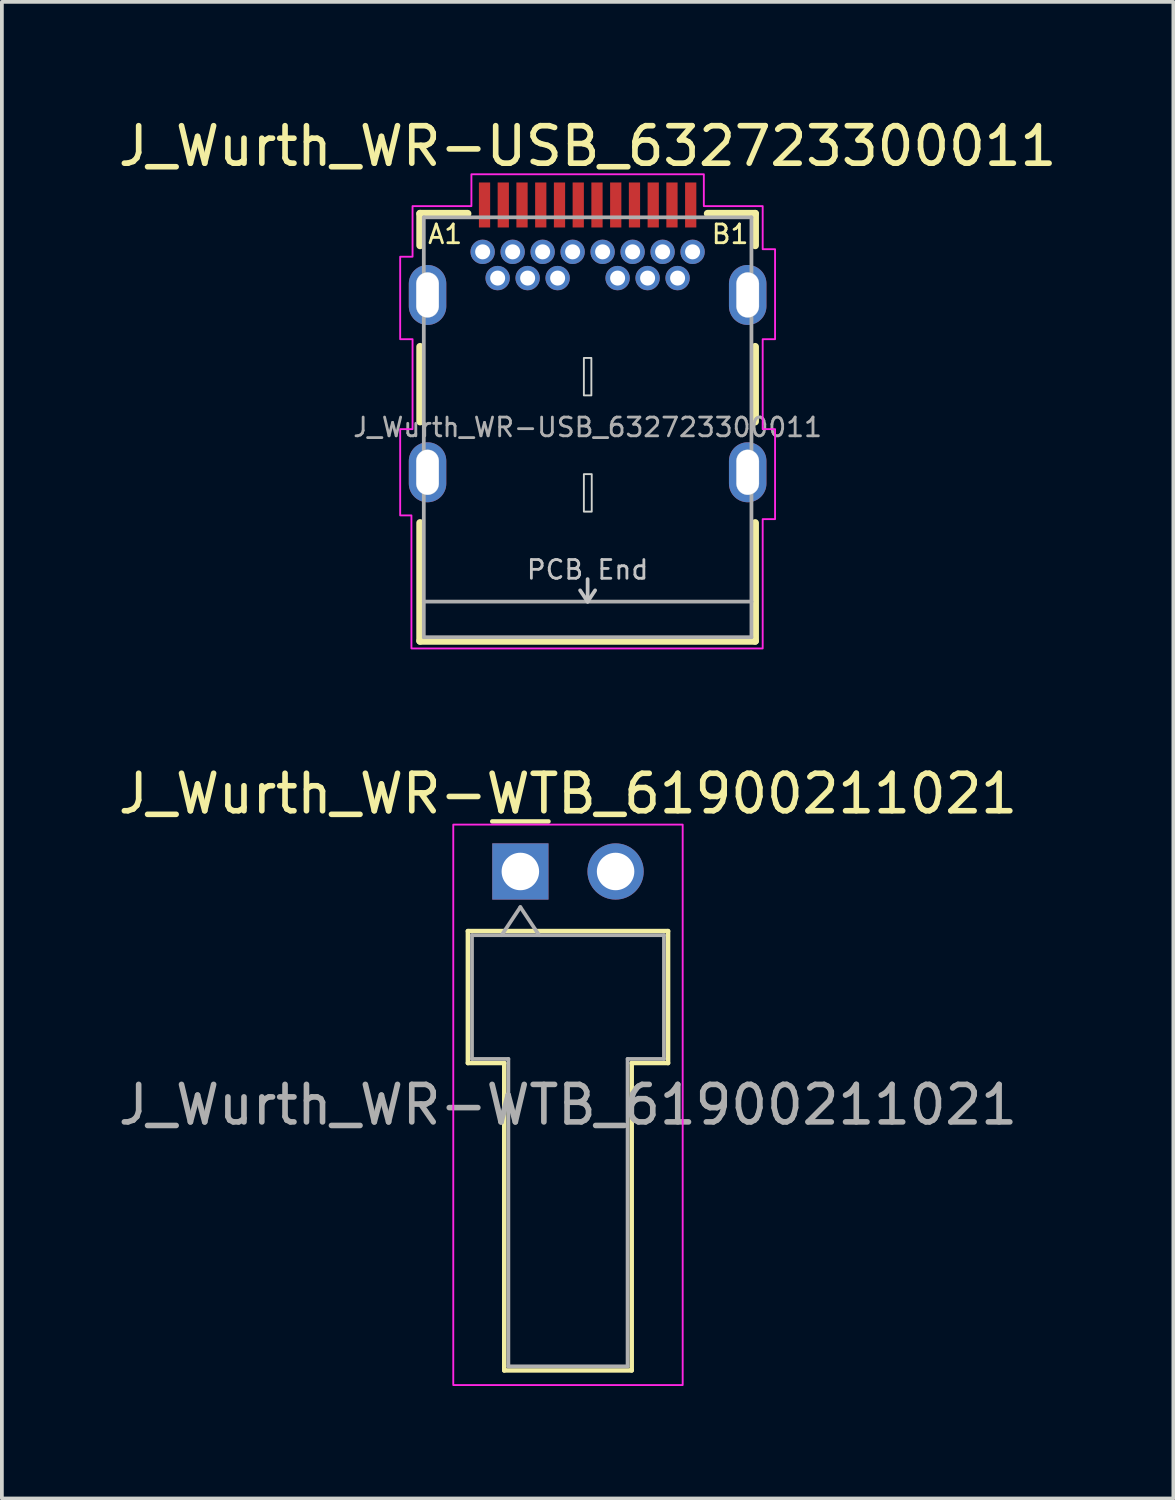
<source format=kicad_pcb>
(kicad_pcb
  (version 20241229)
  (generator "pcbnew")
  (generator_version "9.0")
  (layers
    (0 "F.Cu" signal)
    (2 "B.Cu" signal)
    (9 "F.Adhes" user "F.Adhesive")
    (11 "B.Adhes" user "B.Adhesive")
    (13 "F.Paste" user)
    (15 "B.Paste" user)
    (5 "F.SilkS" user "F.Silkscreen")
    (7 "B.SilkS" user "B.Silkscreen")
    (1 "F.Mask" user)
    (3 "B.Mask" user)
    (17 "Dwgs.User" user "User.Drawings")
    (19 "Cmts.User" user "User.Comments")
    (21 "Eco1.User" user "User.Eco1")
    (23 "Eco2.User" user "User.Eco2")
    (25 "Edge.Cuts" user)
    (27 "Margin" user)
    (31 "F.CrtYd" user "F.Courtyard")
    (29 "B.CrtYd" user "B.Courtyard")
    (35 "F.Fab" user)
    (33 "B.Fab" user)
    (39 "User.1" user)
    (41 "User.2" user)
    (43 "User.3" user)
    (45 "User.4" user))
  (footprint "J_Wurth_WR-USB_632723300011"
    (layer "F.Cu")
    (at 12.625 8.348)
    (property "Reference" "J_Wurth_WR-USB_632723300011" (at 0 -7.5 0) (layer "F.SilkS") (effects (font (size 1 1) (thickness 0.15))))
    (attr through_hole)
    (fp_line (start -4.47 -5.7) (end -4.47 -4.85) (stroke (width 0.2) (type solid)) (layer "F.SilkS"))
    (fp_line (start -4.47 -2.15) (end -4.47 -0.15) (stroke (width 0.2) (type solid)) (layer "F.SilkS"))
    (fp_line (start -4.47 2.55) (end -4.47 5.7) (stroke (width 0.2) (type solid)) (layer "F.SilkS"))
    (fp_line (start -4.47 5.7) (end 4.47 5.7) (stroke (width 0.2) (type solid)) (layer "F.SilkS"))
    (fp_line (start -3.2 -5.7) (end -4.47 -5.7) (stroke (width 0.2) (type solid)) (layer "F.SilkS"))
    (fp_line (start 3.2 -5.7) (end 4.47 -5.7) (stroke (width 0.2) (type solid)) (layer "F.SilkS"))
    (fp_line (start 4.47 -5.7) (end 4.47 -4.85) (stroke (width 0.2) (type solid)) (layer "F.SilkS"))
    (fp_line (start 4.47 -0.15) (end 4.47 -2.15) (stroke (width 0.2) (type solid)) (layer "F.SilkS"))
    (fp_line (start 4.47 5.7) (end 4.47 2.55) (stroke (width 0.2) (type solid)) (layer "F.SilkS"))
    (fp_line (start 0 4.05) (end 0 4.65) (stroke (width 0.1) (type solid)) (layer "Dwgs.User"))
    (fp_line (start 0 4.65) (end -0.2 4.35) (stroke (width 0.1) (type solid)) (layer "Dwgs.User"))
    (fp_line (start 0 4.65) (end 0.2 4.35) (stroke (width 0.1) (type solid)) (layer "Dwgs.User"))
    (fp_line (start -4.57 -3.23) (end -4.57 -3.83) (stroke (width 0.01) (type solid)) (layer "Edge.Cuts"))
    (fp_line (start -4.57 0.9) (end -4.57 1.5) (stroke (width 0.01) (type solid)) (layer "Edge.Cuts"))
    (fp_line (start -3.97 -3.83) (end -3.97 -3.23) (stroke (width 0.01) (type solid)) (layer "Edge.Cuts"))
    (fp_line (start -3.97 1.5) (end -3.97 0.9) (stroke (width 0.01) (type solid)) (layer "Edge.Cuts"))
    (fp_line (start 3.97 -3.83) (end 3.97 -3.23) (stroke (width 0.01) (type solid)) (layer "Edge.Cuts"))
    (fp_line (start 3.97 0.9) (end 3.97 1.5) (stroke (width 0.01) (type solid)) (layer "Edge.Cuts"))
    (fp_line (start 4.57 -3.23) (end 4.57 -3.83) (stroke (width 0.01) (type solid)) (layer "Edge.Cuts"))
    (fp_line (start 4.57 1.5) (end 4.57 0.9) (stroke (width 0.01) (type solid)) (layer "Edge.Cuts"))
    (fp_rect (start -0.1 -1.85) (end 0.1 -0.85) (stroke (width 0.05) (type default)) (fill no) (layer "Edge.Cuts"))
    (fp_rect (start -0.1 1.25) (end 0.11 2.25) (stroke (width 0.05) (type solid)) (fill no) (layer "Edge.Cuts"))
    (fp_arc (start -4.57 -3.83) (mid -4.27 -4.13) (end -3.97 -3.83) (stroke (width 0.01) (type solid)) (layer "Edge.Cuts"))
    (fp_arc (start -4.57 0.9) (mid -4.27 0.6) (end -3.97 0.9) (stroke (width 0.01) (type solid)) (layer "Edge.Cuts"))
    (fp_arc (start -3.97 -3.23) (mid -4.27 -2.93) (end -4.57 -3.23) (stroke (width 0.01) (type solid)) (layer "Edge.Cuts"))
    (fp_arc (start -3.97 1.5) (mid -4.27 1.8) (end -4.57 1.5) (stroke (width 0.01) (type solid)) (layer "Edge.Cuts"))
    (fp_arc (start 3.97 -3.83) (mid 4.27 -4.13) (end 4.57 -3.83) (stroke (width 0.01) (type solid)) (layer "Edge.Cuts"))
    (fp_arc (start 3.97 0.9) (mid 4.27 0.6) (end 4.57 0.9) (stroke (width 0.01) (type solid)) (layer "Edge.Cuts"))
    (fp_arc (start 4.57 -3.23) (mid 4.27 -2.93) (end 3.97 -3.23) (stroke (width 0.01) (type solid)) (layer "Edge.Cuts"))
    (fp_arc (start 4.57 1.5) (mid 4.27 1.8) (end 3.97 1.5) (stroke (width 0.01) (type solid)) (layer "Edge.Cuts"))
    (fp_poly (pts (xy -3.1 -6.75) (xy 3.1 -6.75) (xy 3.1 -5.9) (xy 4.67 -5.9) (xy 4.67 -4.75) (xy 5 -4.75) (xy 5 -2.35) (xy 4.67 -2.35) (xy 4.67 0.05) (xy 5 0.05) (xy 5 2.45) (xy 4.67 2.45) (xy 4.67 5.9) (xy -4.7 5.9) (xy -4.7 2.35) (xy -5 2.35) (xy -5 0.05) (xy -4.67 0.05) (xy -4.67 -2.35) (xy -5 -2.35) (xy -5 -4.55) (xy -4.67 -4.55) (xy -4.67 -5.9) (xy -3.1 -5.9)) (stroke (width 0.05) (type solid)) (fill no) (layer "F.CrtYd"))
    (fp_line (start -4.37 -5.6) (end 4.37 -5.6) (stroke (width 0.1) (type solid)) (layer "F.Fab"))
    (fp_line (start -4.37 4.65) (end -4.37 -5.6) (stroke (width 0.1) (type solid)) (layer "F.Fab"))
    (fp_line (start -4.37 4.65) (end 4.37 4.65) (stroke (width 0.1) (type solid)) (layer "F.Fab"))
    (fp_line (start -4.37 5.6) (end -4.37 4.65) (stroke (width 0.1) (type solid)) (layer "F.Fab"))
    (fp_line (start 4.37 -5.6) (end 4.37 4.65) (stroke (width 0.1) (type solid)) (layer "F.Fab"))
    (fp_line (start 4.37 4.65) (end 4.37 5.6) (stroke (width 0.1) (type solid)) (layer "F.Fab"))
    (fp_line (start 4.37 5.6) (end -4.37 5.6) (stroke (width 0.1) (type solid)) (layer "F.Fab"))
    (fp_text user "A1" (at -3.8 -5.15 0) (layer "F.SilkS") (effects (font (size 0.5 0.5) (thickness 0.075))))
    (fp_text user "B1" (at 3.8 -5.15 0) (layer "F.SilkS") (effects (font (size 0.5 0.5) (thickness 0.075))))
    (fp_text user "PCB End" (at 0 3.8 0) (layer "Dwgs.User") (effects (font (size 0.5 0.5) (thickness 0.075))))
    (fp_text user "${REFERENCE}" (at 0 0 0) (unlocked yes) (layer "F.Fab") (effects (font (size 0.5 0.5) (thickness 0.075))))
    (pad "A1" smd rect (at -2.75 -5.93 90) (size 1.2 0.3) (layers "F.Cu" "F.Mask" "F.Paste"))
    (pad "A2" smd rect (at -2.25 -5.93 90) (size 1.2 0.3) (layers "F.Cu" "F.Mask" "F.Paste"))
    (pad "A3" smd rect (at -1.75 -5.93 90) (size 1.2 0.3) (layers "F.Cu" "F.Mask" "F.Paste"))
    (pad "A4" smd rect (at -1.25 -5.93 90) (size 1.2 0.3) (layers "F.Cu" "F.Mask" "F.Paste"))
    (pad "A5" smd rect (at -0.75 -5.93 90) (size 1.2 0.3) (layers "F.Cu" "F.Mask" "F.Paste"))
    (pad "A6" smd rect (at -0.25 -5.93 90) (size 1.2 0.3) (layers "F.Cu" "F.Mask" "F.Paste"))
    (pad "A7" smd rect (at 0.25 -5.93 90) (size 1.2 0.3) (layers "F.Cu" "F.Mask" "F.Paste"))
    (pad "A8" smd rect (at 0.75 -5.93 90) (size 1.2 0.3) (layers "F.Cu" "F.Mask" "F.Paste"))
    (pad "A9" smd rect (at 1.25 -5.93 90) (size 1.2 0.3) (layers "F.Cu" "F.Mask" "F.Paste"))
    (pad "A10" smd rect (at 1.75 -5.93 90) (size 1.2 0.3) (layers "F.Cu" "F.Mask" "F.Paste"))
    (pad "A11" smd rect (at 2.25 -5.93 90) (size 1.2 0.3) (layers "F.Cu" "F.Mask" "F.Paste"))
    (pad "A12" smd rect (at 2.75 -5.93 90) (size 1.2 0.3) (layers "F.Cu" "F.Mask" "F.Paste"))
    (pad "B1" thru_hole circle (at 2.8 -4.68) (size 0.65 0.65) (drill 0.4) (layers "*.Cu" "*.Mask"))
    (pad "B2" thru_hole circle (at 2.4 -3.98) (size 0.65 0.65) (drill 0.4) (layers "*.Cu" "*.Mask"))
    (pad "B3" thru_hole circle (at 1.6 -3.98) (size 0.65 0.65) (drill 0.4) (layers "*.Cu" "*.Mask"))
    (pad "B4" thru_hole circle (at 1.2 -4.68) (size 0.65 0.65) (drill 0.4) (layers "*.Cu" "*.Mask"))
    (pad "B5" thru_hole circle (at 0.8 -3.98) (size 0.65 0.65) (drill 0.4) (layers "*.Cu" "*.Mask"))
    (pad "B6" thru_hole circle (at 0.4 -4.68) (size 0.65 0.65) (drill 0.4) (layers "*.Cu" "*.Mask"))
    (pad "B7" thru_hole circle (at -0.4 -4.68) (size 0.65 0.65) (drill 0.4) (layers "*.Cu" "*.Mask"))
    (pad "B8" thru_hole circle (at -0.8 -3.98) (size 0.65 0.65) (drill 0.4) (layers "*.Cu" "*.Mask"))
    (pad "B9" thru_hole circle (at -1.2 -4.68) (size 0.65 0.65) (drill 0.4) (layers "*.Cu" "*.Mask"))
    (pad "B10" thru_hole circle (at -1.6 -3.98) (size 0.65 0.65) (drill 0.4) (layers "*.Cu" "*.Mask"))
    (pad "B11" thru_hole circle (at -2.4 -3.98) (size 0.65 0.65) (drill 0.4) (layers "*.Cu" "*.Mask"))
    (pad "B12" thru_hole circle (at -2.8 -4.68) (size 0.65 0.65) (drill 0.4) (layers "*.Cu" "*.Mask"))
    (pad "GND" thru_hole circle (at 2 -4.68) (size 0.65 0.65) (drill 0.4) (layers "*.Cu" "*.Mask"))
    (pad "GND1" thru_hole circle (at -2 -4.68) (size 0.65 0.65) (drill 0.4) (layers "*.Cu" "*.Mask"))
    (pad "S1" thru_hole oval (at -4.27 -3.53) (size 1 1.6) (drill oval 0.6 1.2) (layers "*.Cu"))
    (pad "S2" thru_hole oval (at 4.27 -3.53) (size 1 1.6) (drill oval 0.6 1.2) (layers "*.Cu"))
    (pad "S3" thru_hole oval (at 4.27 1.2) (size 1 1.6) (drill oval 0.6 1.2) (layers "*.Cu"))
    (pad "S4" thru_hole oval (at -4.27 1.2) (size 1 1.6) (drill oval 0.6 1.2) (layers "*.Cu")))
  (footprint "J_Wurth_WR-WTB_61900211021"
    (layer "F.Cu")
    (at 10.831 20.197)
    (property "Reference" "J_Wurth_WR-WTB_61900211021" (at 1.27 -2.075 0) (unlocked yes) (layer "F.SilkS") (effects (font (size 1 1) (thickness 0.15))))
    (attr through_hole)
    (fp_line (start -1.4 1.59) (end -1.4 5.11) (stroke (width 0.12) (type default)) (layer "F.SilkS"))
    (fp_line (start -1.4 5.11) (end -0.43 5.11) (stroke (width 0.12) (type default)) (layer "F.SilkS"))
    (fp_line (start -0.75 -1.335) (end 0.75 -1.335) (stroke (width 0.12) (type solid)) (layer "F.SilkS"))
    (fp_line (start -0.43 5.11) (end -0.43 13.31) (stroke (width 0.12) (type default)) (layer "F.SilkS"))
    (fp_line (start -0.43 13.31) (end 2.97 13.31) (stroke (width 0.12) (type default)) (layer "F.SilkS"))
    (fp_line (start 2.97 5.11) (end 3.94 5.11) (stroke (width 0.12) (type default)) (layer "F.SilkS"))
    (fp_line (start 2.97 13.31) (end 2.97 5.11) (stroke (width 0.12) (type default)) (layer "F.SilkS"))
    (fp_line (start 3.94 1.59) (end -1.4 1.59) (stroke (width 0.12) (type default)) (layer "F.SilkS"))
    (fp_line (start 3.94 5.11) (end 3.94 1.59) (stroke (width 0.12) (type default)) (layer "F.SilkS"))
    (fp_rect (start -1.79 -1.25) (end 4.33 13.7) (stroke (width 0.05) (type solid)) (fill no) (layer "F.CrtYd"))
    (fp_line (start -1.29 1.7) (end 3.83 1.7) (stroke (width 0.1) (type solid)) (layer "F.Fab"))
    (fp_line (start -1.29 5) (end -1.29 1.7) (stroke (width 0.1) (type solid)) (layer "F.Fab"))
    (fp_line (start -1.29 5) (end -0.32 5) (stroke (width 0.1) (type solid)) (layer "F.Fab"))
    (fp_line (start -0.32 13.2) (end -0.32 5) (stroke (width 0.1) (type solid)) (layer "F.Fab"))
    (fp_line (start -0.32 13.2) (end 2.86 13.2) (stroke (width 0.1) (type solid)) (layer "F.Fab"))
    (fp_line (start 0 0.95) (end -0.5 1.7) (stroke (width 0.1) (type solid)) (layer "F.Fab"))
    (fp_line (start 0 0.95) (end 0.5 1.7) (stroke (width 0.1) (type solid)) (layer "F.Fab"))
    (fp_line (start 2.86 13.2) (end 2.86 5) (stroke (width 0.1) (type solid)) (layer "F.Fab"))
    (fp_line (start 3.83 5) (end 2.86 5) (stroke (width 0.1) (type solid)) (layer "F.Fab"))
    (fp_line (start 3.83 5) (end 3.83 1.7) (stroke (width 0.1) (type solid)) (layer "F.Fab"))
    (fp_text user "${REFERENCE}" (at 1.27 6.225 0) (unlocked yes) (layer "F.Fab") (effects (font (size 1 1) (thickness 0.15))))
    (pad "1" thru_hole rect (at 0 0 180) (size 1.5 1.5) (drill 1) (layers "*.Cu" "*.Mask"))
    (pad "2" thru_hole circle (at 2.54 0 180) (size 1.5 1.5) (drill 1) (layers "*.Cu" "*.Mask")))
  (gr_rect
    (start -3 -3)
    (end 28.25 36.922)
    (stroke (width 0.1) (type default))
    (fill no)
    (layer "Edge.Cuts")))
</source>
